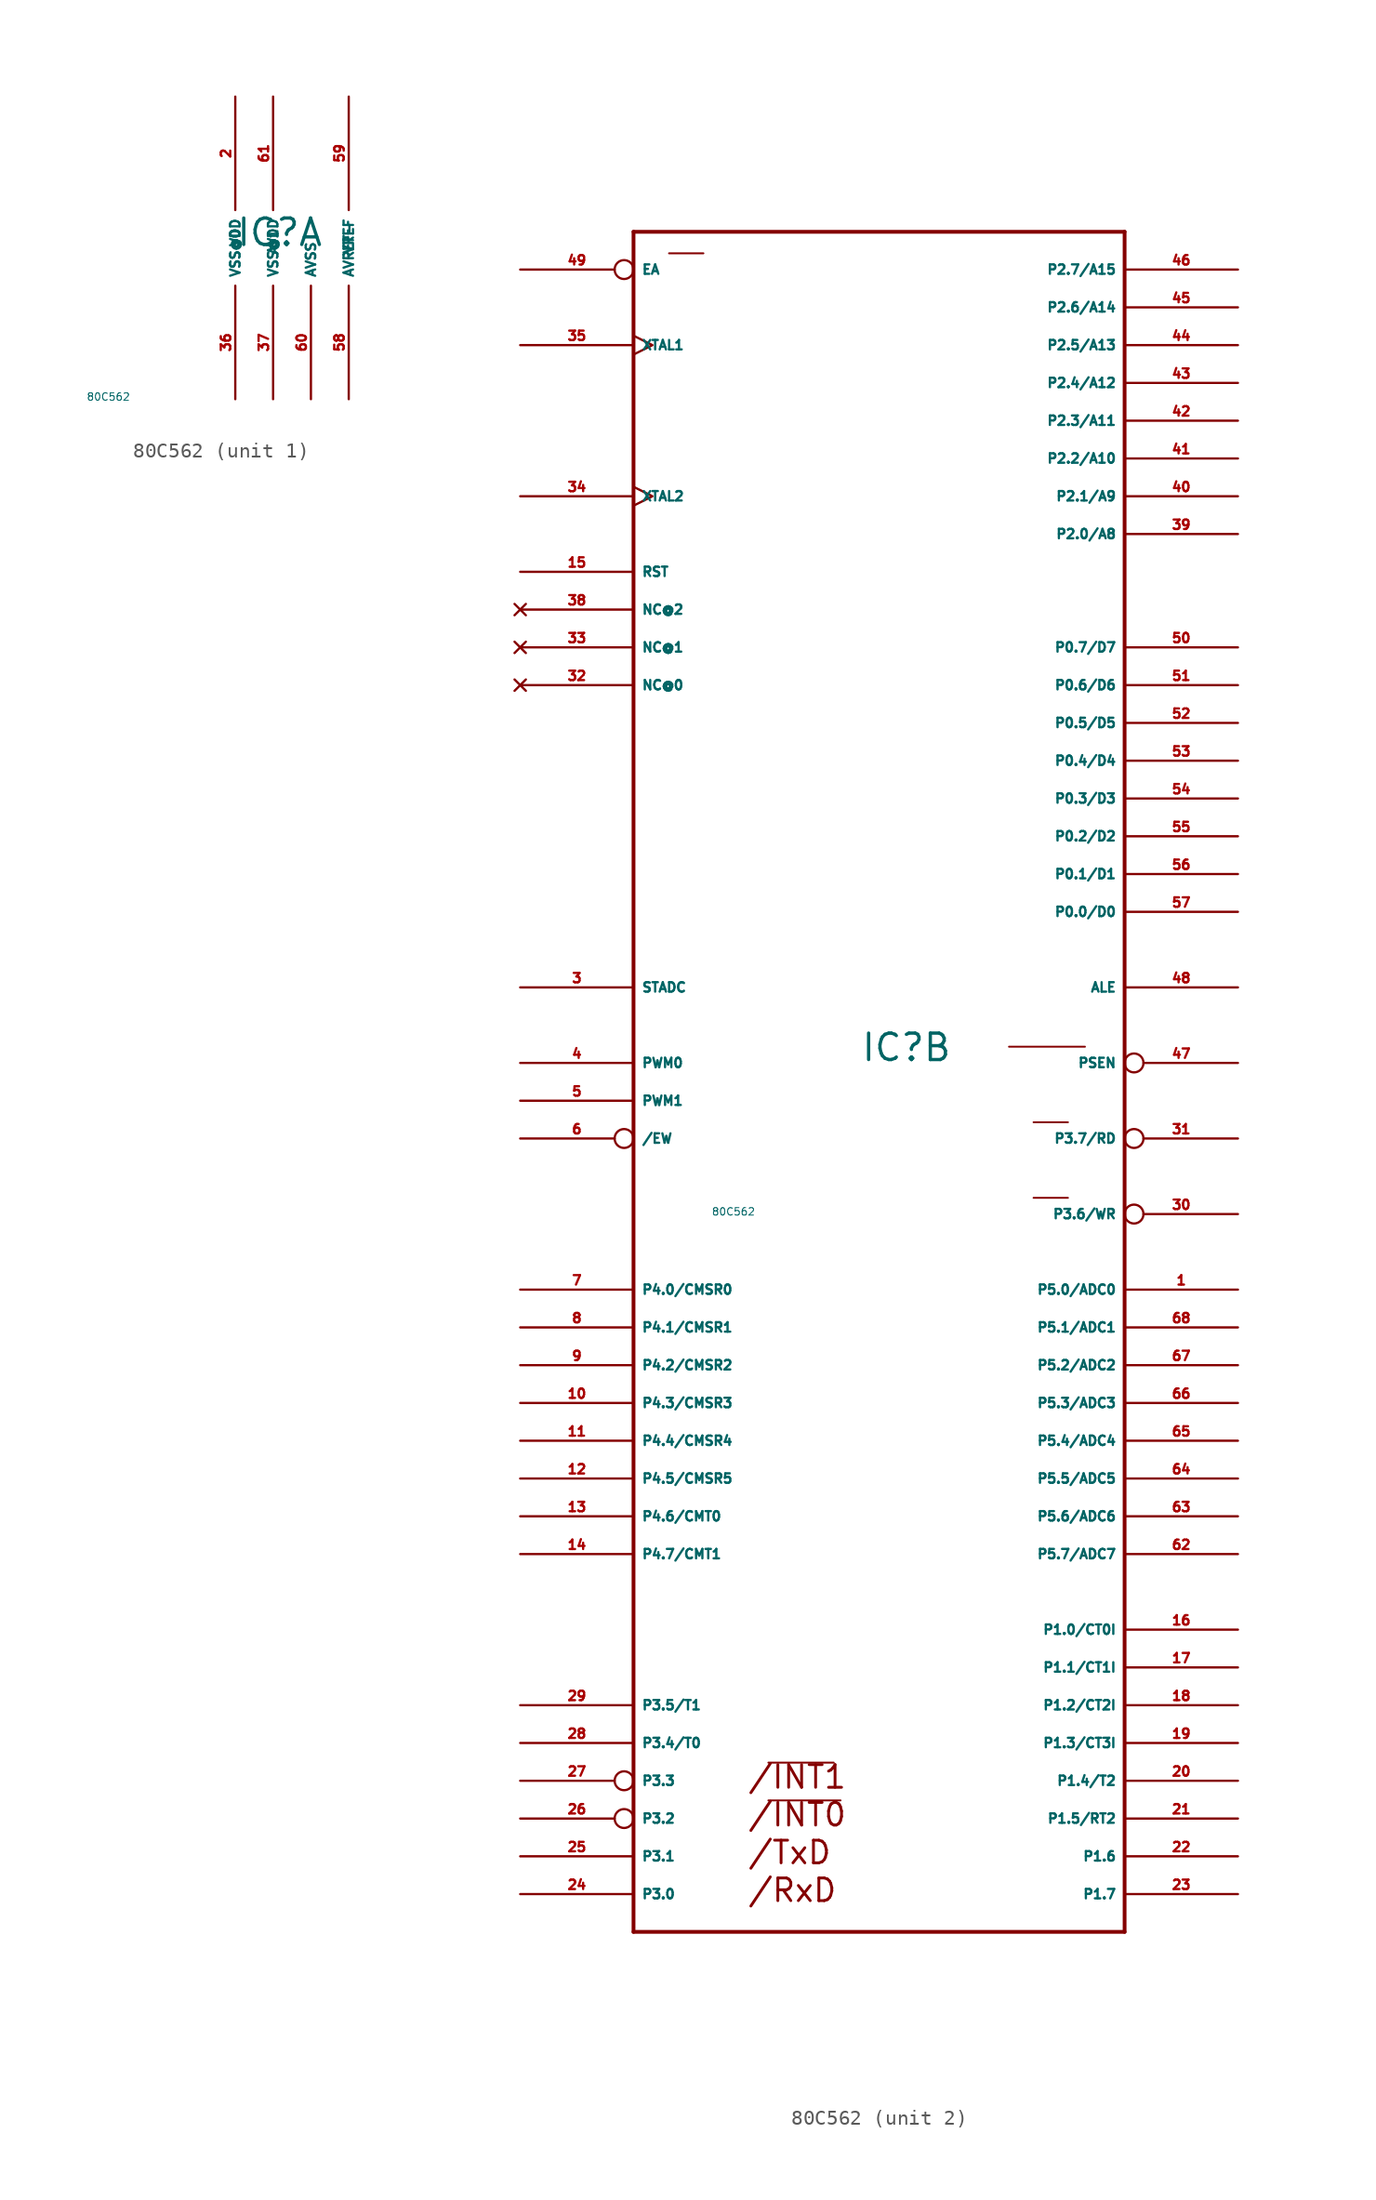
<source format=kicad_sym>
(kicad_symbol_lib
  (version 20220914)
  (generator Eagle2Kicad)
  (symbol "80C562"
    (property "Reference" "IC"
      (at 0 0 0)
      (effects (font (size 1.778 1.778) (thickness 0.22)) (justify left bottom)))
    (property "Value" "80C562"
      (at -10 -10 0)
      (effects (font (size 0.5 0.5) (thickness 0.06)) (justify left)))
    (symbol "80C562_1_0"
      (pin unspecified line (at 0 10.16 270) (length 7.62) (name "VDD" (effects (font (size 0.635 0.635) (thickness 0.08)) (justify left bottom))) (number "2" (effects (font (size 0.635 0.635) (thickness 0.08)) (justify left bottom))))
      (pin unspecified line (at 2.54 10.16 270) (length 7.62) (name "AVDD" (effects (font (size 0.635 0.635) (thickness 0.08)) (justify left bottom))) (number "61" (effects (font (size 0.635 0.635) (thickness 0.08)) (justify left bottom))))
      (pin unspecified line (at 0 -10.16 90) (length 7.62) (name "VSS@0" (effects (font (size 0.635 0.635) (thickness 0.08)) (justify left bottom))) (number "36" (effects (font (size 0.635 0.635) (thickness 0.08)) (justify left bottom))))
      (pin unspecified line (at 2.54 -10.16 90) (length 7.62) (name "VSS@1" (effects (font (size 0.635 0.635) (thickness 0.08)) (justify left bottom))) (number "37" (effects (font (size 0.635 0.635) (thickness 0.08)) (justify left bottom))))
      (pin unspecified line (at 5.08 -10.16 90) (length 7.62) (name "AVSS" (effects (font (size 0.635 0.635) (thickness 0.08)) (justify left bottom))) (number "60" (effects (font (size 0.635 0.635) (thickness 0.08)) (justify left bottom))))
      (pin unspecified line (at 7.62 10.16 270) (length 7.62) (name "VREF" (effects (font (size 0.635 0.635) (thickness 0.08)) (justify left bottom))) (number "59" (effects (font (size 0.635 0.635) (thickness 0.08)) (justify left bottom))))
      (pin unspecified line (at 7.62 -10.16 90) (length 7.62) (name "AVREF-" (effects (font (size 0.635 0.635) (thickness 0.08)) (justify left bottom))) (number "58" (effects (font (size 0.635 0.635) (thickness 0.08)) (justify left bottom)))))
    (symbol "80C562_2_0"
      (polyline (pts (xy -6.172 -47.041) (xy -1.778 -47.041)) (stroke (width 0.127) (type default)) (fill (type none)))
      (polyline (pts (xy -6.172 -49.581) (xy -1.321 -49.581)) (stroke (width 0.127) (type default)) (fill (type none)))
      (polyline (pts (xy 11.659 -9.068) (xy 13.97 -9.068)) (stroke (width 0.127) (type default)) (fill (type none)))
      (polyline (pts (xy 11.659 -3.988) (xy 13.97 -3.988)) (stroke (width 0.127) (type default)) (fill (type none)))
      (polyline (pts (xy 10.008 1.092) (xy 15.113 1.092)) (stroke (width 0.127) (type default)) (fill (type none)))
      (polyline (pts (xy -12.852 54.432) (xy -10.541 54.432)) (stroke (width 0.127) (type default)) (fill (type none)))
      (polyline (pts (xy -15.24 -58.42) (xy 17.78 -58.42)) (stroke (width 0.254) (type default)) (fill (type none)))
      (polyline (pts (xy 17.78 -58.42) (xy 17.78 55.88)) (stroke (width 0.254) (type default)) (fill (type none)))
      (polyline (pts (xy 17.78 55.88) (xy -15.24 55.88)) (stroke (width 0.254) (type default)) (fill (type none)))
      (polyline (pts (xy -15.24 55.88) (xy -15.24 -58.42)) (stroke (width 0.254) (type default)) (fill (type none)))
      (text "/INT1" (at -7.62 -48.895 0) (effects (font (size 1.524 1.524) (thickness 0.19)) (justify left bottom)))
      (text "/INT0" (at -7.62 -51.435 0) (effects (font (size 1.524 1.524) (thickness 0.19)) (justify left bottom)))
      (text "/RxD" (at -7.62 -56.515 0) (effects (font (size 1.524 1.524) (thickness 0.19)) (justify left bottom)))
      (text "/TxD" (at -7.62 -53.975 0) (effects (font (size 1.524 1.524) (thickness 0.19)) (justify left bottom)))
      (pin input inverted (at -22.86 53.34 0) (length 7.62) (name "EA" (effects (font (size 0.635 0.635) (thickness 0.08)) (justify left bottom))) (number "49" (effects (font (size 0.635 0.635) (thickness 0.08)) (justify left bottom))))
      (pin bidirectional line (at 25.4 10.16 180) (length 7.62) (name "P0.0/D0" (effects (font (size 0.635 0.635) (thickness 0.08)) (justify left bottom))) (number "57" (effects (font (size 0.635 0.635) (thickness 0.08)) (justify left bottom))))
      (pin bidirectional line (at 25.4 12.7 180) (length 7.62) (name "P0.1/D1" (effects (font (size 0.635 0.635) (thickness 0.08)) (justify left bottom))) (number "56" (effects (font (size 0.635 0.635) (thickness 0.08)) (justify left bottom))))
      (pin bidirectional line (at 25.4 15.24 180) (length 7.62) (name "P0.2/D2" (effects (font (size 0.635 0.635) (thickness 0.08)) (justify left bottom))) (number "55" (effects (font (size 0.635 0.635) (thickness 0.08)) (justify left bottom))))
      (pin bidirectional line (at 25.4 17.78 180) (length 7.62) (name "P0.3/D3" (effects (font (size 0.635 0.635) (thickness 0.08)) (justify left bottom))) (number "54" (effects (font (size 0.635 0.635) (thickness 0.08)) (justify left bottom))))
      (pin bidirectional line (at 25.4 20.32 180) (length 7.62) (name "P0.4/D4" (effects (font (size 0.635 0.635) (thickness 0.08)) (justify left bottom))) (number "53" (effects (font (size 0.635 0.635) (thickness 0.08)) (justify left bottom))))
      (pin bidirectional line (at 25.4 22.86 180) (length 7.62) (name "P0.5/D5" (effects (font (size 0.635 0.635) (thickness 0.08)) (justify left bottom))) (number "52" (effects (font (size 0.635 0.635) (thickness 0.08)) (justify left bottom))))
      (pin bidirectional line (at 25.4 25.4 180) (length 7.62) (name "P0.6/D6" (effects (font (size 0.635 0.635) (thickness 0.08)) (justify left bottom))) (number "51" (effects (font (size 0.635 0.635) (thickness 0.08)) (justify left bottom))))
      (pin bidirectional line (at 25.4 27.94 180) (length 7.62) (name "P0.7/D7" (effects (font (size 0.635 0.635) (thickness 0.08)) (justify left bottom))) (number "50" (effects (font (size 0.635 0.635) (thickness 0.08)) (justify left bottom))))
      (pin bidirectional line (at 25.4 -15.24 180) (length 7.62) (name "P5.0/ADC0" (effects (font (size 0.635 0.635) (thickness 0.08)) (justify left bottom))) (number "1" (effects (font (size 0.635 0.635) (thickness 0.08)) (justify left bottom))))
      (pin bidirectional line (at 25.4 -17.78 180) (length 7.62) (name "P5.1/ADC1" (effects (font (size 0.635 0.635) (thickness 0.08)) (justify left bottom))) (number "68" (effects (font (size 0.635 0.635) (thickness 0.08)) (justify left bottom))))
      (pin bidirectional line (at 25.4 -20.32 180) (length 7.62) (name "P5.2/ADC2" (effects (font (size 0.635 0.635) (thickness 0.08)) (justify left bottom))) (number "67" (effects (font (size 0.635 0.635) (thickness 0.08)) (justify left bottom))))
      (pin bidirectional line (at 25.4 -22.86 180) (length 7.62) (name "P5.3/ADC3" (effects (font (size 0.635 0.635) (thickness 0.08)) (justify left bottom))) (number "66" (effects (font (size 0.635 0.635) (thickness 0.08)) (justify left bottom))))
      (pin bidirectional line (at 25.4 -25.4 180) (length 7.62) (name "P5.4/ADC4" (effects (font (size 0.635 0.635) (thickness 0.08)) (justify left bottom))) (number "65" (effects (font (size 0.635 0.635) (thickness 0.08)) (justify left bottom))))
      (pin bidirectional line (at 25.4 -27.94 180) (length 7.62) (name "P5.5/ADC5" (effects (font (size 0.635 0.635) (thickness 0.08)) (justify left bottom))) (number "64" (effects (font (size 0.635 0.635) (thickness 0.08)) (justify left bottom))))
      (pin bidirectional line (at 25.4 -30.48 180) (length 7.62) (name "P5.6/ADC6" (effects (font (size 0.635 0.635) (thickness 0.08)) (justify left bottom))) (number "63" (effects (font (size 0.635 0.635) (thickness 0.08)) (justify left bottom))))
      (pin bidirectional line (at 25.4 -33.02 180) (length 7.62) (name "P5.7/ADC7" (effects (font (size 0.635 0.635) (thickness 0.08)) (justify left bottom))) (number "62" (effects (font (size 0.635 0.635) (thickness 0.08)) (justify left bottom))))
      (pin input clock (at -22.86 48.26 0) (length 7.62) (name "XTAL1" (effects (font (size 0.635 0.635) (thickness 0.08)) (justify left bottom))) (number "35" (effects (font (size 0.635 0.635) (thickness 0.08)) (justify left bottom))))
      (pin input clock (at -22.86 38.1 0) (length 7.62) (name "XTAL2" (effects (font (size 0.635 0.635) (thickness 0.08)) (justify left bottom))) (number "34" (effects (font (size 0.635 0.635) (thickness 0.08)) (justify left bottom))))
      (pin input line (at -22.86 33.02 0) (length 7.62) (name "RST" (effects (font (size 0.635 0.635) (thickness 0.08)) (justify left bottom))) (number "15" (effects (font (size 0.635 0.635) (thickness 0.08)) (justify left bottom))))
      (pin output line (at 25.4 5.08 180) (length 7.62) (name "ALE" (effects (font (size 0.635 0.635) (thickness 0.08)) (justify left bottom))) (number "48" (effects (font (size 0.635 0.635) (thickness 0.08)) (justify left bottom))))
      (pin output inverted (at 25.4 0 180) (length 7.62) (name "PSEN" (effects (font (size 0.635 0.635) (thickness 0.08)) (justify left bottom))) (number "47" (effects (font (size 0.635 0.635) (thickness 0.08)) (justify left bottom))))
      (pin bidirectional line (at -22.86 -15.24 0) (length 7.62) (name "P4.0/CMSR0" (effects (font (size 0.635 0.635) (thickness 0.08)) (justify left bottom))) (number "7" (effects (font (size 0.635 0.635) (thickness 0.08)) (justify left bottom))))
      (pin output line (at 25.4 35.56 180) (length 7.62) (name "P2.0/A8" (effects (font (size 0.635 0.635) (thickness 0.08)) (justify left bottom))) (number "39" (effects (font (size 0.635 0.635) (thickness 0.08)) (justify left bottom))))
      (pin bidirectional line (at -22.86 -17.78 0) (length 7.62) (name "P4.1/CMSR1" (effects (font (size 0.635 0.635) (thickness 0.08)) (justify left bottom))) (number "8" (effects (font (size 0.635 0.635) (thickness 0.08)) (justify left bottom))))
      (pin bidirectional line (at -22.86 -20.32 0) (length 7.62) (name "P4.2/CMSR2" (effects (font (size 0.635 0.635) (thickness 0.08)) (justify left bottom))) (number "9" (effects (font (size 0.635 0.635) (thickness 0.08)) (justify left bottom))))
      (pin bidirectional line (at -22.86 -22.86 0) (length 7.62) (name "P4.3/CMSR3" (effects (font (size 0.635 0.635) (thickness 0.08)) (justify left bottom))) (number "10" (effects (font (size 0.635 0.635) (thickness 0.08)) (justify left bottom))))
      (pin output line (at 25.4 38.1 180) (length 7.62) (name "P2.1/A9" (effects (font (size 0.635 0.635) (thickness 0.08)) (justify left bottom))) (number "40" (effects (font (size 0.635 0.635) (thickness 0.08)) (justify left bottom))))
      (pin output line (at 25.4 40.64 180) (length 7.62) (name "P2.2/A10" (effects (font (size 0.635 0.635) (thickness 0.08)) (justify left bottom))) (number "41" (effects (font (size 0.635 0.635) (thickness 0.08)) (justify left bottom))))
      (pin output line (at 25.4 43.18 180) (length 7.62) (name "P2.3/A11" (effects (font (size 0.635 0.635) (thickness 0.08)) (justify left bottom))) (number "42" (effects (font (size 0.635 0.635) (thickness 0.08)) (justify left bottom))))
      (pin output line (at 25.4 45.72 180) (length 7.62) (name "P2.4/A12" (effects (font (size 0.635 0.635) (thickness 0.08)) (justify left bottom))) (number "43" (effects (font (size 0.635 0.635) (thickness 0.08)) (justify left bottom))))
      (pin output line (at 25.4 48.26 180) (length 7.62) (name "P2.5/A13" (effects (font (size 0.635 0.635) (thickness 0.08)) (justify left bottom))) (number "44" (effects (font (size 0.635 0.635) (thickness 0.08)) (justify left bottom))))
      (pin output line (at 25.4 50.8 180) (length 7.62) (name "P2.6/A14" (effects (font (size 0.635 0.635) (thickness 0.08)) (justify left bottom))) (number "45" (effects (font (size 0.635 0.635) (thickness 0.08)) (justify left bottom))))
      (pin output line (at 25.4 53.34 180) (length 7.62) (name "P2.7/A15" (effects (font (size 0.635 0.635) (thickness 0.08)) (justify left bottom))) (number "46" (effects (font (size 0.635 0.635) (thickness 0.08)) (justify left bottom))))
      (pin bidirectional line (at 25.4 -38.1 180) (length 7.62) (name "P1.0/CT0I" (effects (font (size 0.635 0.635) (thickness 0.08)) (justify left bottom))) (number "16" (effects (font (size 0.635 0.635) (thickness 0.08)) (justify left bottom))))
      (pin bidirectional line (at 25.4 -40.64 180) (length 7.62) (name "P1.1/CT1I" (effects (font (size 0.635 0.635) (thickness 0.08)) (justify left bottom))) (number "17" (effects (font (size 0.635 0.635) (thickness 0.08)) (justify left bottom))))
      (pin bidirectional line (at 25.4 -43.18 180) (length 7.62) (name "P1.2/CT2I" (effects (font (size 0.635 0.635) (thickness 0.08)) (justify left bottom))) (number "18" (effects (font (size 0.635 0.635) (thickness 0.08)) (justify left bottom))))
      (pin bidirectional line (at 25.4 -45.72 180) (length 7.62) (name "P1.3/CT3I" (effects (font (size 0.635 0.635) (thickness 0.08)) (justify left bottom))) (number "19" (effects (font (size 0.635 0.635) (thickness 0.08)) (justify left bottom))))
      (pin bidirectional line (at 25.4 -48.26 180) (length 7.62) (name "P1.4/T2" (effects (font (size 0.635 0.635) (thickness 0.08)) (justify left bottom))) (number "20" (effects (font (size 0.635 0.635) (thickness 0.08)) (justify left bottom))))
      (pin bidirectional line (at 25.4 -50.8 180) (length 7.62) (name "P1.5/RT2" (effects (font (size 0.635 0.635) (thickness 0.08)) (justify left bottom))) (number "21" (effects (font (size 0.635 0.635) (thickness 0.08)) (justify left bottom))))
      (pin bidirectional line (at 25.4 -53.34 180) (length 7.62) (name "P1.6" (effects (font (size 0.635 0.635) (thickness 0.08)) (justify left bottom))) (number "22" (effects (font (size 0.635 0.635) (thickness 0.08)) (justify left bottom))))
      (pin bidirectional line (at 25.4 -55.88 180) (length 7.62) (name "P1.7" (effects (font (size 0.635 0.635) (thickness 0.08)) (justify left bottom))) (number "23" (effects (font (size 0.635 0.635) (thickness 0.08)) (justify left bottom))))
      (pin bidirectional line (at -22.86 -25.4 0) (length 7.62) (name "P4.4/CMSR4" (effects (font (size 0.635 0.635) (thickness 0.08)) (justify left bottom))) (number "11" (effects (font (size 0.635 0.635) (thickness 0.08)) (justify left bottom))))
      (pin bidirectional line (at -22.86 -27.94 0) (length 7.62) (name "P4.5/CMSR5" (effects (font (size 0.635 0.635) (thickness 0.08)) (justify left bottom))) (number "12" (effects (font (size 0.635 0.635) (thickness 0.08)) (justify left bottom))))
      (pin bidirectional line (at -22.86 -30.48 0) (length 7.62) (name "P4.6/CMT0" (effects (font (size 0.635 0.635) (thickness 0.08)) (justify left bottom))) (number "13" (effects (font (size 0.635 0.635) (thickness 0.08)) (justify left bottom))))
      (pin bidirectional line (at -22.86 -33.02 0) (length 7.62) (name "P4.7/CMT1" (effects (font (size 0.635 0.635) (thickness 0.08)) (justify left bottom))) (number "14" (effects (font (size 0.635 0.635) (thickness 0.08)) (justify left bottom))))
      (pin bidirectional line (at -22.86 -55.88 0) (length 7.62) (name "P3.0" (effects (font (size 0.635 0.635) (thickness 0.08)) (justify left bottom))) (number "24" (effects (font (size 0.635 0.635) (thickness 0.08)) (justify left bottom))))
      (pin bidirectional line (at -22.86 -53.34 0) (length 7.62) (name "P3.1" (effects (font (size 0.635 0.635) (thickness 0.08)) (justify left bottom))) (number "25" (effects (font (size 0.635 0.635) (thickness 0.08)) (justify left bottom))))
      (pin bidirectional inverted (at -22.86 -50.8 0) (length 7.62) (name "P3.2" (effects (font (size 0.635 0.635) (thickness 0.08)) (justify left bottom))) (number "26" (effects (font (size 0.635 0.635) (thickness 0.08)) (justify left bottom))))
      (pin bidirectional inverted (at -22.86 -48.26 0) (length 7.62) (name "P3.3" (effects (font (size 0.635 0.635) (thickness 0.08)) (justify left bottom))) (number "27" (effects (font (size 0.635 0.635) (thickness 0.08)) (justify left bottom))))
      (pin bidirectional line (at -22.86 -45.72 0) (length 7.62) (name "P3.4/T0" (effects (font (size 0.635 0.635) (thickness 0.08)) (justify left bottom))) (number "28" (effects (font (size 0.635 0.635) (thickness 0.08)) (justify left bottom))))
      (pin bidirectional line (at -22.86 -43.18 0) (length 7.62) (name "P3.5/T1" (effects (font (size 0.635 0.635) (thickness 0.08)) (justify left bottom))) (number "29" (effects (font (size 0.635 0.635) (thickness 0.08)) (justify left bottom))))
      (pin bidirectional inverted (at 25.4 -10.16 180) (length 7.62) (name "P3.6/WR" (effects (font (size 0.635 0.635) (thickness 0.08)) (justify left bottom))) (number "30" (effects (font (size 0.635 0.635) (thickness 0.08)) (justify left bottom))))
      (pin bidirectional inverted (at 25.4 -5.08 180) (length 7.62) (name "P3.7/RD" (effects (font (size 0.635 0.635) (thickness 0.08)) (justify left bottom))) (number "31" (effects (font (size 0.635 0.635) (thickness 0.08)) (justify left bottom))))
      (pin bidirectional line (at -22.86 5.08 0) (length 7.62) (name "STADC" (effects (font (size 0.635 0.635) (thickness 0.08)) (justify left bottom))) (number "3" (effects (font (size 0.635 0.635) (thickness 0.08)) (justify left bottom))))
      (pin bidirectional line (at -22.86 0 0) (length 7.62) (name "PWM0" (effects (font (size 0.635 0.635) (thickness 0.08)) (justify left bottom))) (number "4" (effects (font (size 0.635 0.635) (thickness 0.08)) (justify left bottom))))
      (pin bidirectional line (at -22.86 -2.54 0) (length 7.62) (name "PWM1" (effects (font (size 0.635 0.635) (thickness 0.08)) (justify left bottom))) (number "5" (effects (font (size 0.635 0.635) (thickness 0.08)) (justify left bottom))))
      (pin bidirectional inverted (at -22.86 -5.08 0) (length 7.62) (name "/EW" (effects (font (size 0.635 0.635) (thickness 0.08)) (justify left bottom))) (number "6" (effects (font (size 0.635 0.635) (thickness 0.08)) (justify left bottom))))
      (pin no_connect line (at -22.86 25.4 0) (length 7.62) (name "NC@0" (effects (font (size 0.635 0.635) (thickness 0.08)) (justify left bottom) hide)) (number "32" (effects (font (size 0.635 0.635) (thickness 0.08)) (justify left bottom) hide)))
      (pin no_connect line (at -22.86 27.94 0) (length 7.62) (name "NC@1" (effects (font (size 0.635 0.635) (thickness 0.08)) (justify left bottom) hide)) (number "33" (effects (font (size 0.635 0.635) (thickness 0.08)) (justify left bottom) hide)))
      (pin no_connect line (at -22.86 30.48 0) (length 7.62) (name "NC@2" (effects (font (size 0.635 0.635) (thickness 0.08)) (justify left bottom) hide)) (number "38" (effects (font (size 0.635 0.635) (thickness 0.08)) (justify left bottom) hide))))))
</source>
